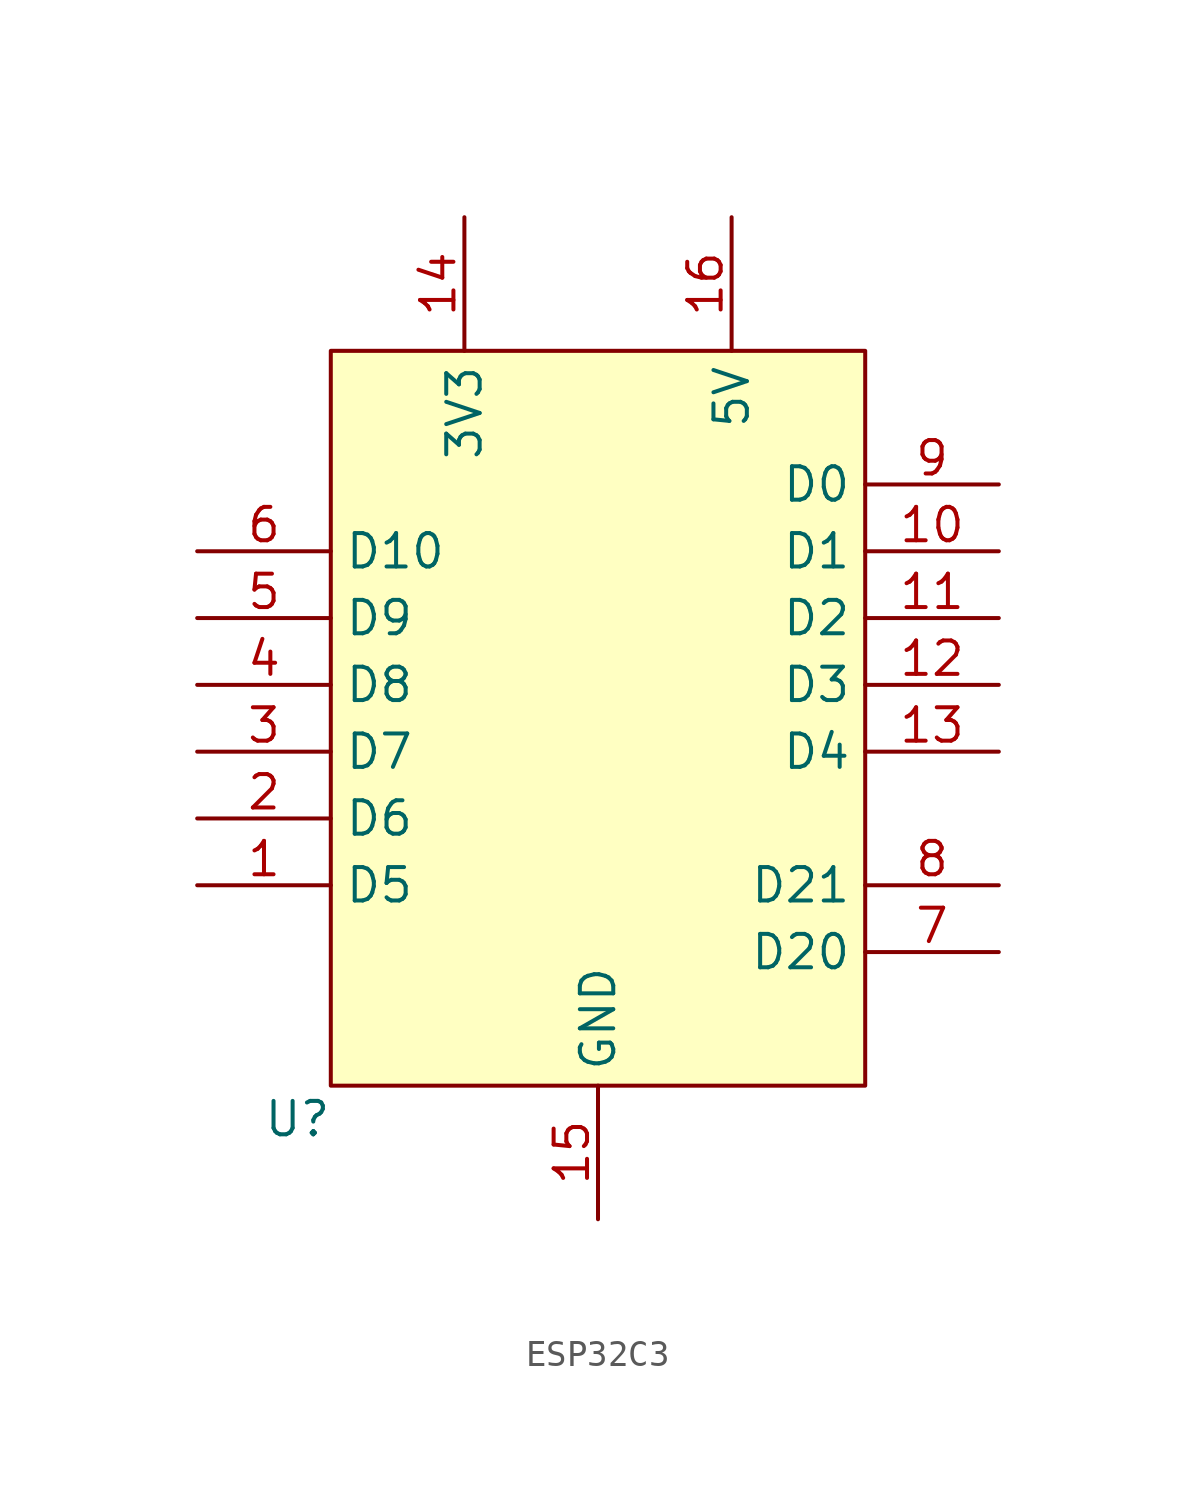
<source format=kicad_sym>
(kicad_symbol_lib
  (version 20241209)
  (generator "kicad_symbol_editor")
  (generator_version "9.0")
  (symbol "ESP32C3"
    (property "Reference" "U"
      (at -1.27 -1.27 0)
      (effects (font (size 1.27 1.27))))
    (property "Value" ""
      (at 0 0 0)
      (effects (font (size 1.27 1.27))))
    (symbol "ESP32C3_1_1"
      (rectangle (start 0 27.94) (end 20.32 0) (stroke (width 0) (type default)) (fill (type background)))
      (pin bidirectional line (at -5.08 20.32 0) (length 5.08) (name "D10" (effects (font (size 1.27 1.27)))) (number "6" (effects (font (size 1.27 1.27)))))
      (pin bidirectional line (at -5.08 17.78 0) (length 5.08) (name "D9" (effects (font (size 1.27 1.27)))) (number "5" (effects (font (size 1.27 1.27)))))
      (pin bidirectional line (at -5.08 15.24 0) (length 5.08) (name "D8" (effects (font (size 1.27 1.27)))) (number "4" (effects (font (size 1.27 1.27)))))
      (pin bidirectional line (at -5.08 12.7 0) (length 5.08) (name "D7" (effects (font (size 1.27 1.27)))) (number "3" (effects (font (size 1.27 1.27)))))
      (pin bidirectional line (at -5.08 10.16 0) (length 5.08) (name "D6" (effects (font (size 1.27 1.27)))) (number "2" (effects (font (size 1.27 1.27)))))
      (pin bidirectional line (at -5.08 7.62 0) (length 5.08) (name "D5" (effects (font (size 1.27 1.27)))) (number "1" (effects (font (size 1.27 1.27)))))
      (pin bidirectional line (at 5.08 33.02 270) (length 5.08) (name "3V3" (effects (font (size 1.27 1.27)))) (number "14" (effects (font (size 1.27 1.27)))))
      (pin bidirectional line (at 10.16 -5.08 90) (length 5.08) (name "GND" (effects (font (size 1.27 1.27)))) (number "15" (effects (font (size 1.27 1.27)))))
      (pin bidirectional line (at 15.24 33.02 270) (length 5.08) (name "5V" (effects (font (size 1.27 1.27)))) (number "16" (effects (font (size 1.27 1.27)))))
      (pin bidirectional line (at 25.4 22.86 180) (length 5.08) (name "D0" (effects (font (size 1.27 1.27)))) (number "9" (effects (font (size 1.27 1.27)))))
      (pin bidirectional line (at 25.4 20.32 180) (length 5.08) (name "D1" (effects (font (size 1.27 1.27)))) (number "10" (effects (font (size 1.27 1.27)))))
      (pin bidirectional line (at 25.4 17.78 180) (length 5.08) (name "D2" (effects (font (size 1.27 1.27)))) (number "11" (effects (font (size 1.27 1.27)))))
      (pin bidirectional line (at 25.4 15.24 180) (length 5.08) (name "D3" (effects (font (size 1.27 1.27)))) (number "12" (effects (font (size 1.27 1.27)))))
      (pin bidirectional line (at 25.4 12.7 180) (length 5.08) (name "D4" (effects (font (size 1.27 1.27)))) (number "13" (effects (font (size 1.27 1.27)))))
      (pin bidirectional line (at 25.4 7.62 180) (length 5.08) (name "D21" (effects (font (size 1.27 1.27)))) (number "8" (effects (font (size 1.27 1.27)))))
      (pin bidirectional line (at 25.4 5.08 180) (length 5.08) (name "D20" (effects (font (size 1.27 1.27)))) (number "7" (effects (font (size 1.27 1.27))))))))
</source>
